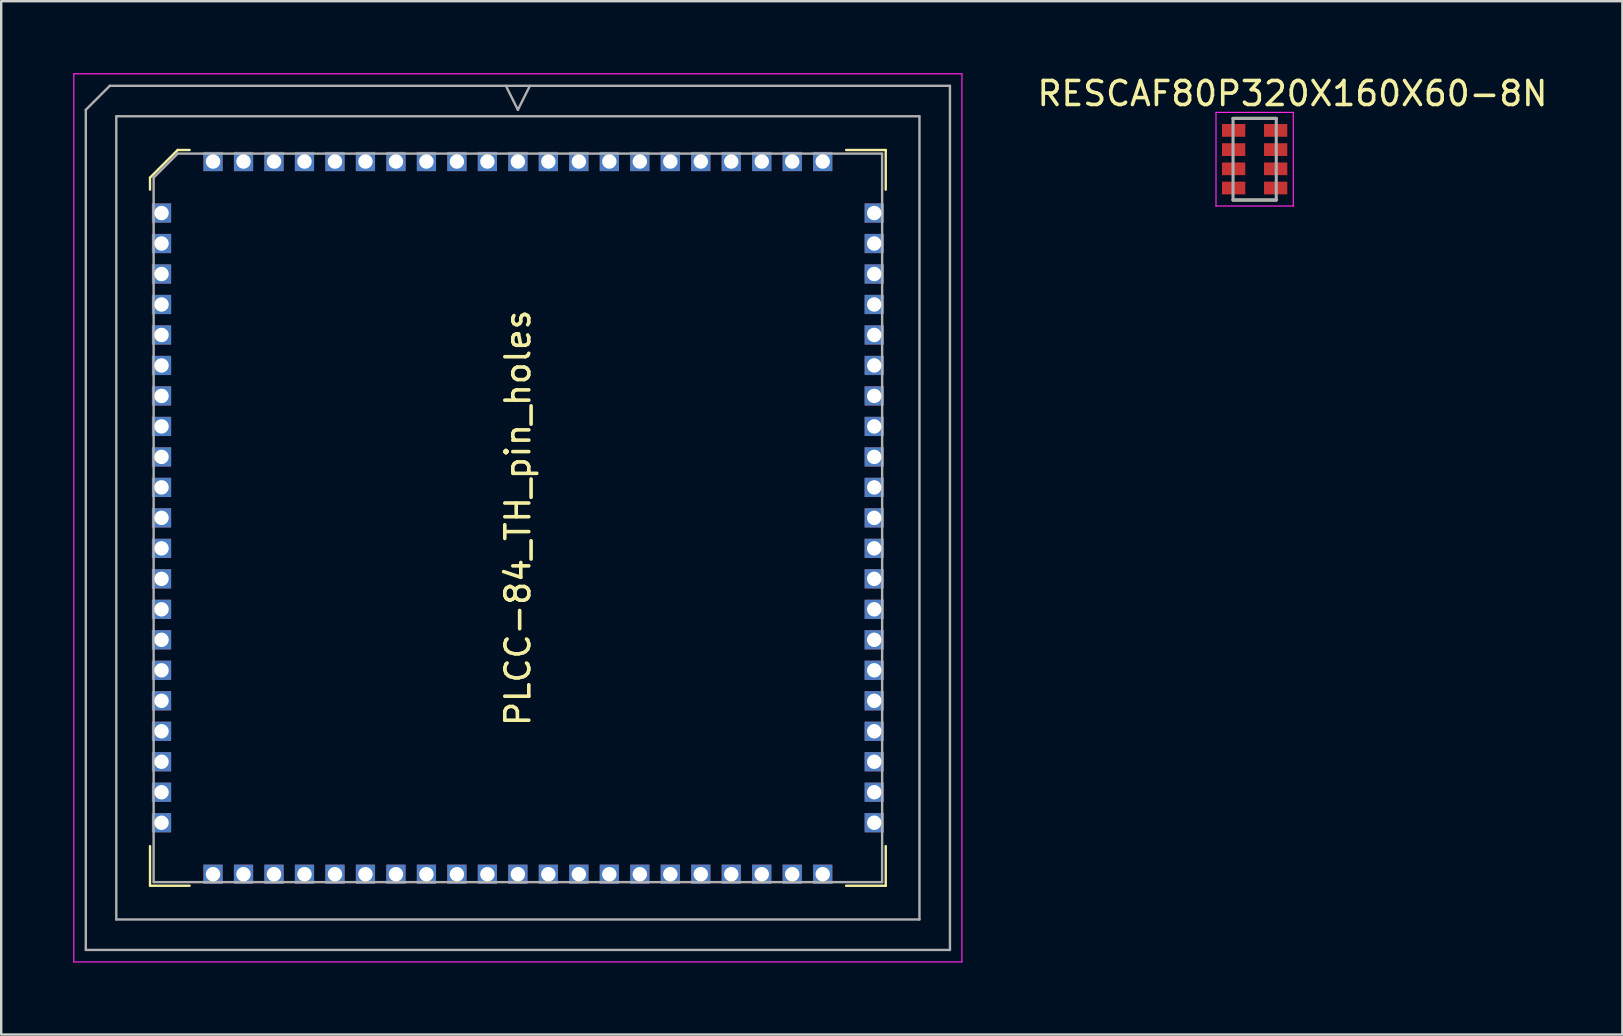
<source format=kicad_pcb>
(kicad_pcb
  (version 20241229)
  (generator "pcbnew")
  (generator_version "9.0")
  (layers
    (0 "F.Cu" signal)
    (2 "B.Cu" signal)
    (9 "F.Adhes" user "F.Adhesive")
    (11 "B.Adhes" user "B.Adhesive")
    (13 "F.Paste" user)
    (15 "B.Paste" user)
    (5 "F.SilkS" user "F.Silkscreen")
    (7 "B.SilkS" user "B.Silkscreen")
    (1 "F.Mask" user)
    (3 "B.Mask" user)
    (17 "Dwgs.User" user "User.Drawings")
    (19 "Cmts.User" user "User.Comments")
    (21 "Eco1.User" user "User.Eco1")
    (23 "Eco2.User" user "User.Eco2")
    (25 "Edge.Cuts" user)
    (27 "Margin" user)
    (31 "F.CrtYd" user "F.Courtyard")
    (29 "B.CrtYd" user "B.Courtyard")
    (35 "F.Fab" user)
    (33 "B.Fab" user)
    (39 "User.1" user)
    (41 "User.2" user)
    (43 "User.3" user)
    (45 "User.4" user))
  (footprint "RESCAF80P320X160X60-8N"
    (layer "F.Cu")
    (at 49.219 3.583)
    (property "Reference" "RESCAF80P320X160X60-8N" (at 1.575 -2.735 0) (layer "F.SilkS") (effects (font (size 1 1) (thickness 0.15))))
    (attr through_hole)
    (fp_line (start -0.9 -1.7) (end 0.9 -1.7) (stroke (width 0.127) (type solid)) (layer "F.SilkS"))
    (fp_line (start 0.9 1.7) (end -0.9 1.7) (stroke (width 0.127) (type solid)) (layer "F.SilkS"))
    (fp_line (start -1.61 -1.95) (end 1.61 -1.95) (stroke (width 0.05) (type solid)) (layer "F.CrtYd"))
    (fp_line (start -1.61 1.95) (end -1.61 -1.95) (stroke (width 0.05) (type solid)) (layer "F.CrtYd"))
    (fp_line (start 1.61 -1.95) (end 1.61 1.95) (stroke (width 0.05) (type solid)) (layer "F.CrtYd"))
    (fp_line (start 1.61 1.95) (end -1.61 1.95) (stroke (width 0.05) (type solid)) (layer "F.CrtYd"))
    (fp_line (start -0.9 -1.7) (end 0.9 -1.7) (stroke (width 0.127) (type solid)) (layer "F.Fab"))
    (fp_line (start -0.9 1.7) (end -0.9 -1.7) (stroke (width 0.127) (type solid)) (layer "F.Fab"))
    (fp_line (start 0.9 -1.7) (end 0.9 1.7) (stroke (width 0.127) (type solid)) (layer "F.Fab"))
    (fp_line (start 0.9 1.7) (end -0.9 1.7) (stroke (width 0.127) (type solid)) (layer "F.Fab"))
    (pad "1" smd rect (at -0.875 -1.2) (size 0.97 0.53) (layers "F.Cu" "F.Mask" "F.Paste"))
    (pad "2" smd rect (at -0.875 -0.4) (size 0.97 0.53) (layers "F.Cu" "F.Mask" "F.Paste"))
    (pad "3" smd rect (at -0.875 0.4) (size 0.97 0.53) (layers "F.Cu" "F.Mask" "F.Paste"))
    (pad "4" smd rect (at -0.875 1.2) (size 0.97 0.53) (layers "F.Cu" "F.Mask" "F.Paste"))
    (pad "5" smd rect (at 0.875 1.2) (size 0.97 0.53) (layers "F.Cu" "F.Mask" "F.Paste"))
    (pad "6" smd rect (at 0.875 0.4) (size 0.97 0.53) (layers "F.Cu" "F.Mask" "F.Paste"))
    (pad "7" smd rect (at 0.875 -0.4) (size 0.97 0.53) (layers "F.Cu" "F.Mask" "F.Paste"))
    (pad "8" smd rect (at 0.875 -1.2) (size 0.97 0.53) (layers "F.Cu" "F.Mask" "F.Paste")))
  (footprint "PLCC-84_TH_pin_holes"
    (layer "F.Cu")
    (at 18.525 18.525)
    (property "Reference" "PLCC-84_TH_pin_holes" (at 0 0 90) (unlocked yes) (layer "F.SilkS") (effects (font (size 1 1) (thickness 0.15))))
    (attr smd)
    (fp_line (start -15.325 -14.175) (end -15.325 -13.675) (stroke (width 0.1) (type solid)) (layer "F.SilkS"))
    (fp_line (start -15.325 15.325) (end -15.325 13.675) (stroke (width 0.1) (type solid)) (layer "F.SilkS"))
    (fp_line (start -14.175 -15.325) (end -15.325 -14.175) (stroke (width 0.1) (type solid)) (layer "F.SilkS"))
    (fp_line (start -13.675 -15.325) (end -14.175 -15.325) (stroke (width 0.1) (type solid)) (layer "F.SilkS"))
    (fp_line (start -13.675 15.325) (end -15.325 15.325) (stroke (width 0.1) (type solid)) (layer "F.SilkS"))
    (fp_line (start 13.675 -15.325) (end 15.325 -15.325) (stroke (width 0.1) (type solid)) (layer "F.SilkS"))
    (fp_line (start 13.675 15.325) (end 15.325 15.325) (stroke (width 0.1) (type solid)) (layer "F.SilkS"))
    (fp_line (start 15.325 -15.325) (end 15.325 -13.675) (stroke (width 0.1) (type solid)) (layer "F.SilkS"))
    (fp_line (start 15.325 15.325) (end 15.325 13.675) (stroke (width 0.1) (type solid)) (layer "F.SilkS"))
    (fp_line (start -18.5 -18.5) (end -18.5 18.5) (stroke (width 0.05) (type solid)) (layer "F.CrtYd"))
    (fp_line (start -18.5 18.5) (end 18.5 18.5) (stroke (width 0.05) (type solid)) (layer "F.CrtYd"))
    (fp_line (start 18.5 -18.5) (end -18.5 -18.5) (stroke (width 0.05) (type solid)) (layer "F.CrtYd"))
    (fp_line (start 18.5 18.5) (end 18.5 -18.5) (stroke (width 0.05) (type solid)) (layer "F.CrtYd"))
    (fp_line (start -18 -17) (end -18 18) (stroke (width 0.1) (type solid)) (layer "F.Fab"))
    (fp_line (start -18 18) (end 18 18) (stroke (width 0.1) (type solid)) (layer "F.Fab"))
    (fp_line (start -17 -18) (end -18 -17) (stroke (width 0.1) (type solid)) (layer "F.Fab"))
    (fp_line (start -16.73 -16.73) (end -16.73 16.73) (stroke (width 0.1) (type solid)) (layer "F.Fab"))
    (fp_line (start -16.73 16.73) (end 16.73 16.73) (stroke (width 0.1) (type solid)) (layer "F.Fab"))
    (fp_line (start -15.175 -14.175) (end -15.175 15.175) (stroke (width 0.1) (type solid)) (layer "F.Fab"))
    (fp_line (start -15.175 15.175) (end 15.175 15.175) (stroke (width 0.1) (type solid)) (layer "F.Fab"))
    (fp_line (start -14.175 -15.175) (end -15.175 -14.175) (stroke (width 0.1) (type solid)) (layer "F.Fab"))
    (fp_line (start -0.5 -18) (end 0 -17) (stroke (width 0.1) (type solid)) (layer "F.Fab"))
    (fp_line (start 0 -17) (end 0.5 -18) (stroke (width 0.1) (type solid)) (layer "F.Fab"))
    (fp_line (start 15.175 -15.175) (end -14.175 -15.175) (stroke (width 0.1) (type solid)) (layer "F.Fab"))
    (fp_line (start 15.175 15.175) (end 15.175 -15.175) (stroke (width 0.1) (type solid)) (layer "F.Fab"))
    (fp_line (start 16.73 -16.73) (end -16.73 -16.73) (stroke (width 0.1) (type solid)) (layer "F.Fab"))
    (fp_line (start 16.73 16.73) (end 16.73 -16.73) (stroke (width 0.1) (type solid)) (layer "F.Fab"))
    (fp_line (start 18 -18) (end -17 -18) (stroke (width 0.1) (type solid)) (layer "F.Fab"))
    (fp_line (start 18 18) (end 18 -18) (stroke (width 0.1) (type solid)) (layer "F.Fab"))
    (pad "1" thru_hole rect (at 0 -14.846) (size 0.8 0.8) (drill 0.6) (layers "*.Cu" "*.Mask"))
    (pad "2" thru_hole rect (at -1.27 -14.846) (size 0.8 0.8) (drill 0.6) (layers "*.Cu" "*.Mask"))
    (pad "3" thru_hole rect (at -2.54 -14.846) (size 0.8 0.8) (drill 0.6) (layers "*.Cu" "*.Mask"))
    (pad "4" thru_hole rect (at -3.81 -14.846) (size 0.8 0.8) (drill 0.6) (layers "*.Cu" "*.Mask"))
    (pad "5" thru_hole rect (at -5.08 -14.846) (size 0.8 0.8) (drill 0.6) (layers "*.Cu" "*.Mask"))
    (pad "6" thru_hole rect (at -6.35 -14.846) (size 0.8 0.8) (drill 0.6) (layers "*.Cu" "*.Mask"))
    (pad "7" thru_hole rect (at -7.62 -14.846) (size 0.8 0.8) (drill 0.6) (layers "*.Cu" "*.Mask"))
    (pad "8" thru_hole rect (at -8.89 -14.846) (size 0.8 0.8) (drill 0.6) (layers "*.Cu" "*.Mask"))
    (pad "9" thru_hole rect (at -10.16 -14.846) (size 0.8 0.8) (drill 0.6) (layers "*.Cu" "*.Mask"))
    (pad "10" thru_hole rect (at -11.43 -14.846) (size 0.8 0.8) (drill 0.6) (layers "*.Cu" "*.Mask"))
    (pad "11" thru_hole rect (at -12.7 -14.846) (size 0.8 0.8) (drill 0.6) (layers "*.Cu" "*.Mask"))
    (pad "12" thru_hole rect (at -14.846 -12.7) (size 0.8 0.8) (drill 0.6) (layers "*.Cu" "*.Mask"))
    (pad "13" thru_hole rect (at -14.846 -11.43) (size 0.8 0.8) (drill 0.6) (layers "*.Cu" "*.Mask"))
    (pad "14" thru_hole rect (at -14.846 -10.16) (size 0.8 0.8) (drill 0.6) (layers "*.Cu" "*.Mask"))
    (pad "15" thru_hole rect (at -14.846 -8.89) (size 0.8 0.8) (drill 0.6) (layers "*.Cu" "*.Mask"))
    (pad "16" thru_hole rect (at -14.846 -7.62) (size 0.8 0.8) (drill 0.6) (layers "*.Cu" "*.Mask"))
    (pad "17" thru_hole rect (at -14.846 -6.35) (size 0.8 0.8) (drill 0.6) (layers "*.Cu" "*.Mask"))
    (pad "18" thru_hole rect (at -14.846 -5.08) (size 0.8 0.8) (drill 0.6) (layers "*.Cu" "*.Mask"))
    (pad "19" thru_hole rect (at -14.846 -3.81) (size 0.8 0.8) (drill 0.6) (layers "*.Cu" "*.Mask"))
    (pad "20" thru_hole rect (at -14.846 -2.54) (size 0.8 0.8) (drill 0.6) (layers "*.Cu" "*.Mask"))
    (pad "21" thru_hole rect (at -14.846 -1.27) (size 0.8 0.8) (drill 0.6) (layers "*.Cu" "*.Mask"))
    (pad "22" thru_hole rect (at -14.846 0) (size 0.8 0.8) (drill 0.6) (layers "*.Cu" "*.Mask"))
    (pad "23" thru_hole rect (at -14.846 1.27) (size 0.8 0.8) (drill 0.6) (layers "*.Cu" "*.Mask"))
    (pad "24" thru_hole rect (at -14.846 2.54) (size 0.8 0.8) (drill 0.6) (layers "*.Cu" "*.Mask"))
    (pad "25" thru_hole rect (at -14.846 3.81) (size 0.8 0.8) (drill 0.6) (layers "*.Cu" "*.Mask"))
    (pad "26" thru_hole rect (at -14.846 5.08) (size 0.8 0.8) (drill 0.6) (layers "*.Cu" "*.Mask"))
    (pad "27" thru_hole rect (at -14.846 6.35) (size 0.8 0.8) (drill 0.6) (layers "*.Cu" "*.Mask"))
    (pad "28" thru_hole rect (at -14.846 7.62) (size 0.8 0.8) (drill 0.6) (layers "*.Cu" "*.Mask"))
    (pad "29" thru_hole rect (at -14.846 8.89) (size 0.8 0.8) (drill 0.6) (layers "*.Cu" "*.Mask"))
    (pad "30" thru_hole rect (at -14.846 10.16) (size 0.8 0.8) (drill 0.6) (layers "*.Cu" "*.Mask"))
    (pad "31" thru_hole rect (at -14.846 11.43) (size 0.8 0.8) (drill 0.6) (layers "*.Cu" "*.Mask"))
    (pad "32" thru_hole rect (at -14.846 12.7) (size 0.8 0.8) (drill 0.6) (layers "*.Cu" "*.Mask"))
    (pad "33" thru_hole rect (at -12.7 14.846) (size 0.8 0.8) (drill 0.6) (layers "*.Cu" "*.Mask"))
    (pad "34" thru_hole rect (at -11.43 14.846) (size 0.8 0.8) (drill 0.6) (layers "*.Cu" "*.Mask"))
    (pad "35" thru_hole rect (at -10.16 14.846) (size 0.8 0.8) (drill 0.6) (layers "*.Cu" "*.Mask"))
    (pad "36" thru_hole rect (at -8.89 14.846) (size 0.8 0.8) (drill 0.6) (layers "*.Cu" "*.Mask"))
    (pad "37" thru_hole rect (at -7.62 14.846) (size 0.8 0.8) (drill 0.6) (layers "*.Cu" "*.Mask"))
    (pad "38" thru_hole rect (at -6.35 14.846) (size 0.8 0.8) (drill 0.6) (layers "*.Cu" "*.Mask"))
    (pad "39" thru_hole rect (at -5.08 14.846) (size 0.8 0.8) (drill 0.6) (layers "*.Cu" "*.Mask"))
    (pad "40" thru_hole rect (at -3.81 14.846) (size 0.8 0.8) (drill 0.6) (layers "*.Cu" "*.Mask"))
    (pad "41" thru_hole rect (at -2.54 14.846) (size 0.8 0.8) (drill 0.6) (layers "*.Cu" "*.Mask"))
    (pad "42" thru_hole rect (at -1.27 14.846) (size 0.8 0.8) (drill 0.6) (layers "*.Cu" "*.Mask"))
    (pad "43" thru_hole rect (at 0 14.846) (size 0.8 0.8) (drill 0.6) (layers "*.Cu" "*.Mask"))
    (pad "44" thru_hole rect (at 1.27 14.846) (size 0.8 0.8) (drill 0.6) (layers "*.Cu" "*.Mask"))
    (pad "45" thru_hole rect (at 2.54 14.846) (size 0.8 0.8) (drill 0.6) (layers "*.Cu" "*.Mask"))
    (pad "46" thru_hole rect (at 3.81 14.846) (size 0.8 0.8) (drill 0.6) (layers "*.Cu" "*.Mask"))
    (pad "47" thru_hole rect (at 5.08 14.846) (size 0.8 0.8) (drill 0.6) (layers "*.Cu" "*.Mask"))
    (pad "48" thru_hole rect (at 6.35 14.846) (size 0.8 0.8) (drill 0.6) (layers "*.Cu" "*.Mask"))
    (pad "49" thru_hole rect (at 7.62 14.846) (size 0.8 0.8) (drill 0.6) (layers "*.Cu" "*.Mask"))
    (pad "50" thru_hole rect (at 8.89 14.846) (size 0.8 0.8) (drill 0.6) (layers "*.Cu" "*.Mask"))
    (pad "51" thru_hole rect (at 10.16 14.846) (size 0.8 0.8) (drill 0.6) (layers "*.Cu" "*.Mask"))
    (pad "52" thru_hole rect (at 11.43 14.846) (size 0.8 0.8) (drill 0.6) (layers "*.Cu" "*.Mask"))
    (pad "53" thru_hole rect (at 12.7 14.846) (size 0.8 0.8) (drill 0.6) (layers "*.Cu" "*.Mask"))
    (pad "54" thru_hole rect (at 14.846 12.7) (size 0.8 0.8) (drill 0.6) (layers "*.Cu" "*.Mask"))
    (pad "55" thru_hole rect (at 14.846 11.43) (size 0.8 0.8) (drill 0.6) (layers "*.Cu" "*.Mask"))
    (pad "56" thru_hole rect (at 14.846 10.16) (size 0.8 0.8) (drill 0.6) (layers "*.Cu" "*.Mask"))
    (pad "57" thru_hole rect (at 14.846 8.89) (size 0.8 0.8) (drill 0.6) (layers "*.Cu" "*.Mask"))
    (pad "58" thru_hole rect (at 14.846 7.62) (size 0.8 0.8) (drill 0.6) (layers "*.Cu" "*.Mask"))
    (pad "59" thru_hole rect (at 14.846 6.35) (size 0.8 0.8) (drill 0.6) (layers "*.Cu" "*.Mask"))
    (pad "60" thru_hole rect (at 14.846 5.08) (size 0.8 0.8) (drill 0.6) (layers "*.Cu" "*.Mask"))
    (pad "61" thru_hole rect (at 14.846 3.81) (size 0.8 0.8) (drill 0.6) (layers "*.Cu" "*.Mask"))
    (pad "62" thru_hole rect (at 14.846 2.54) (size 0.8 0.8) (drill 0.6) (layers "*.Cu" "*.Mask"))
    (pad "63" thru_hole rect (at 14.846 1.27) (size 0.8 0.8) (drill 0.6) (layers "*.Cu" "*.Mask"))
    (pad "64" thru_hole rect (at 14.846 0) (size 0.8 0.8) (drill 0.6) (layers "*.Cu" "*.Mask"))
    (pad "65" thru_hole rect (at 14.846 -1.27) (size 0.8 0.8) (drill 0.6) (layers "*.Cu" "*.Mask"))
    (pad "66" thru_hole rect (at 14.846 -2.54) (size 0.8 0.8) (drill 0.6) (layers "*.Cu" "*.Mask"))
    (pad "67" thru_hole rect (at 14.846 -3.81) (size 0.8 0.8) (drill 0.6) (layers "*.Cu" "*.Mask"))
    (pad "68" thru_hole rect (at 14.846 -5.08) (size 0.8 0.8) (drill 0.6) (layers "*.Cu" "*.Mask"))
    (pad "69" thru_hole rect (at 14.846 -6.35) (size 0.8 0.8) (drill 0.6) (layers "*.Cu" "*.Mask"))
    (pad "70" thru_hole rect (at 14.846 -7.62) (size 0.8 0.8) (drill 0.6) (layers "*.Cu" "*.Mask"))
    (pad "71" thru_hole rect (at 14.846 -8.89) (size 0.8 0.8) (drill 0.6) (layers "*.Cu" "*.Mask"))
    (pad "72" thru_hole rect (at 14.846 -10.16) (size 0.8 0.8) (drill 0.6) (layers "*.Cu" "*.Mask"))
    (pad "73" thru_hole rect (at 14.846 -11.43) (size 0.8 0.8) (drill 0.6) (layers "*.Cu" "*.Mask"))
    (pad "74" thru_hole rect (at 14.846 -12.7) (size 0.8 0.8) (drill 0.6) (layers "*.Cu" "*.Mask"))
    (pad "75" thru_hole rect (at 12.7 -14.846) (size 0.8 0.8) (drill 0.6) (layers "*.Cu" "*.Mask"))
    (pad "76" thru_hole rect (at 11.43 -14.846) (size 0.8 0.8) (drill 0.6) (layers "*.Cu" "*.Mask"))
    (pad "77" thru_hole rect (at 10.16 -14.846) (size 0.8 0.8) (drill 0.6) (layers "*.Cu" "*.Mask"))
    (pad "78" thru_hole rect (at 8.89 -14.846) (size 0.8 0.8) (drill 0.6) (layers "*.Cu" "*.Mask"))
    (pad "79" thru_hole rect (at 7.62 -14.846) (size 0.8 0.8) (drill 0.6) (layers "*.Cu" "*.Mask"))
    (pad "80" thru_hole rect (at 6.35 -14.846) (size 0.8 0.8) (drill 0.6) (layers "*.Cu" "*.Mask"))
    (pad "81" thru_hole rect (at 5.08 -14.846) (size 0.8 0.8) (drill 0.6) (layers "*.Cu" "*.Mask"))
    (pad "82" thru_hole rect (at 3.81 -14.846) (size 0.8 0.8) (drill 0.6) (layers "*.Cu" "*.Mask"))
    (pad "83" thru_hole rect (at 2.54 -14.846) (size 0.8 0.8) (drill 0.6) (layers "*.Cu" "*.Mask"))
    (pad "84" thru_hole rect (at 1.27 -14.846) (size 0.8 0.8) (drill 0.6) (layers "*.Cu" "*.Mask")))
  (gr_rect
    (start -3 -3)
    (end 64.538 40.05)
    (stroke (width 0.1) (type default))
    (fill no)
    (layer "Edge.Cuts")))
</source>
